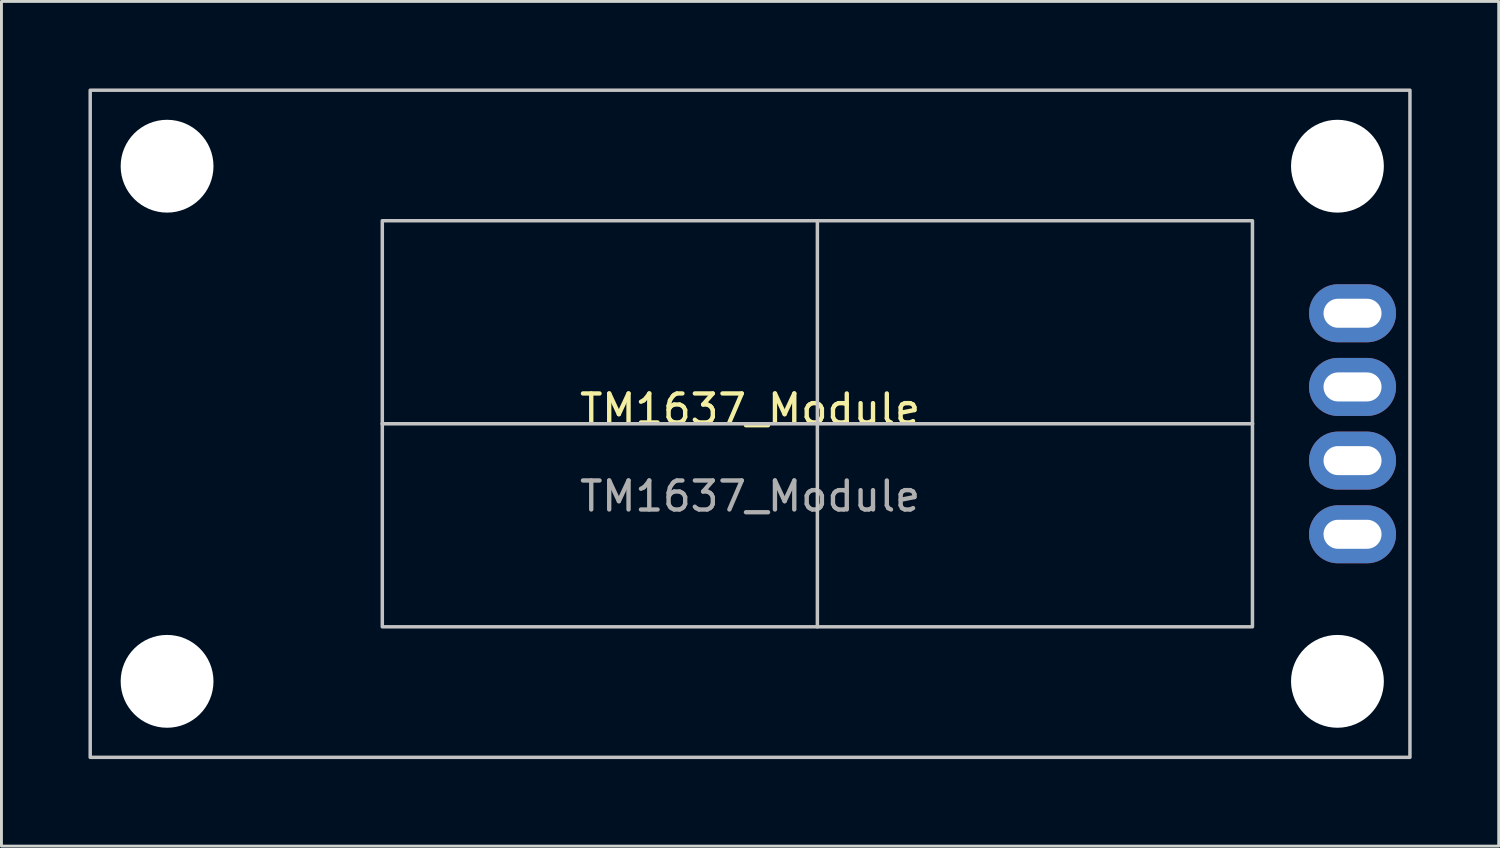
<source format=kicad_pcb>
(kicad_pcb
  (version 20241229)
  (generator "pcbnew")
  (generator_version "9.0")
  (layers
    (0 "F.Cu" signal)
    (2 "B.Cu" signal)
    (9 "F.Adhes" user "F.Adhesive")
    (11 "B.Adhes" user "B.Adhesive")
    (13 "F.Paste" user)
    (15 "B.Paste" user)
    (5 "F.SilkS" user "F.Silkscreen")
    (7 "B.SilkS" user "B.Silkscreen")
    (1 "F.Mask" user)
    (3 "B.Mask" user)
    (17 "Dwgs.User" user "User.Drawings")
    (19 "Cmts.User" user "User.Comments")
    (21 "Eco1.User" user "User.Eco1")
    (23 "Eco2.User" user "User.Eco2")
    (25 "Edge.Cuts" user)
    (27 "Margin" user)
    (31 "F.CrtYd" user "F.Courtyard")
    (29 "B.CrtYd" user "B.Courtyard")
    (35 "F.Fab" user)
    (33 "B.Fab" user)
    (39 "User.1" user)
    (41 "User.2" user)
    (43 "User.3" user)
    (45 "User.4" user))
  (footprint "TM1637_Module"
    (layer "F.Cu")
    (at 22.81 11.56)
    (property "Reference" "TM1637_Module" (at 0 -0.5 0) (unlocked yes) (layer "F.SilkS") (effects (font (size 1 1) (thickness 0.15))))
    (attr through_hole)
    (fp_line (start -12.685 0) (end 17.325 0) (stroke (width 0.12) (type solid)) (layer "Dwgs.User"))
    (fp_line (start 2.32 -7) (end 2.32 7) (stroke (width 0.12) (type solid)) (layer "Dwgs.User"))
    (fp_rect (start -22.75 -11.5) (end 22.75 11.5) (stroke (width 0.12) (type solid)) (fill no) (layer "Dwgs.User"))
    (fp_rect (start -12.68 -7) (end 17.32 7) (stroke (width 0.12) (type solid)) (fill no) (layer "Dwgs.User"))
    (fp_text user "${REFERENCE}" (at 0 2.5 0) (unlocked yes) (layer "F.Fab") (effects (font (size 1 1) (thickness 0.15))))
    (pad "" np_thru_hole circle (at -20.1 -8.88) (size 3.2 3.2) (drill 3.2) (layers "*.Cu" "*.Mask"))
    (pad "" np_thru_hole circle (at -20.1 8.88) (size 3.2 3.2) (drill 3.2) (layers "*.Cu" "*.Mask"))
    (pad "" np_thru_hole circle (at 20.25 -8.88) (size 3.2 3.2) (drill 3.2) (layers "*.Cu" "*.Mask"))
    (pad "" np_thru_hole circle (at 20.25 8.88) (size 3.2 3.2) (drill 3.2) (layers "*.Cu" "*.Mask"))
    (pad "1" thru_hole oval (at 20.77 -3.81) (size 3 2) (drill oval 2 1) (layers "*.Cu" "*.Mask"))
    (pad "2" thru_hole oval (at 20.77 -1.27) (size 3 2) (drill oval 2 1) (layers "*.Cu" "*.Mask"))
    (pad "3" thru_hole oval (at 20.77 1.27) (size 3 2) (drill oval 2 1) (layers "*.Cu" "*.Mask"))
    (pad "4" thru_hole oval (at 20.77 3.81) (size 3 2) (drill oval 2 1) (layers "*.Cu" "*.Mask")))
  (gr_rect
    (start -3 -3)
    (end 48.62 26.12)
    (stroke (width 0.1) (type default))
    (fill no)
    (layer "Edge.Cuts")))
</source>
